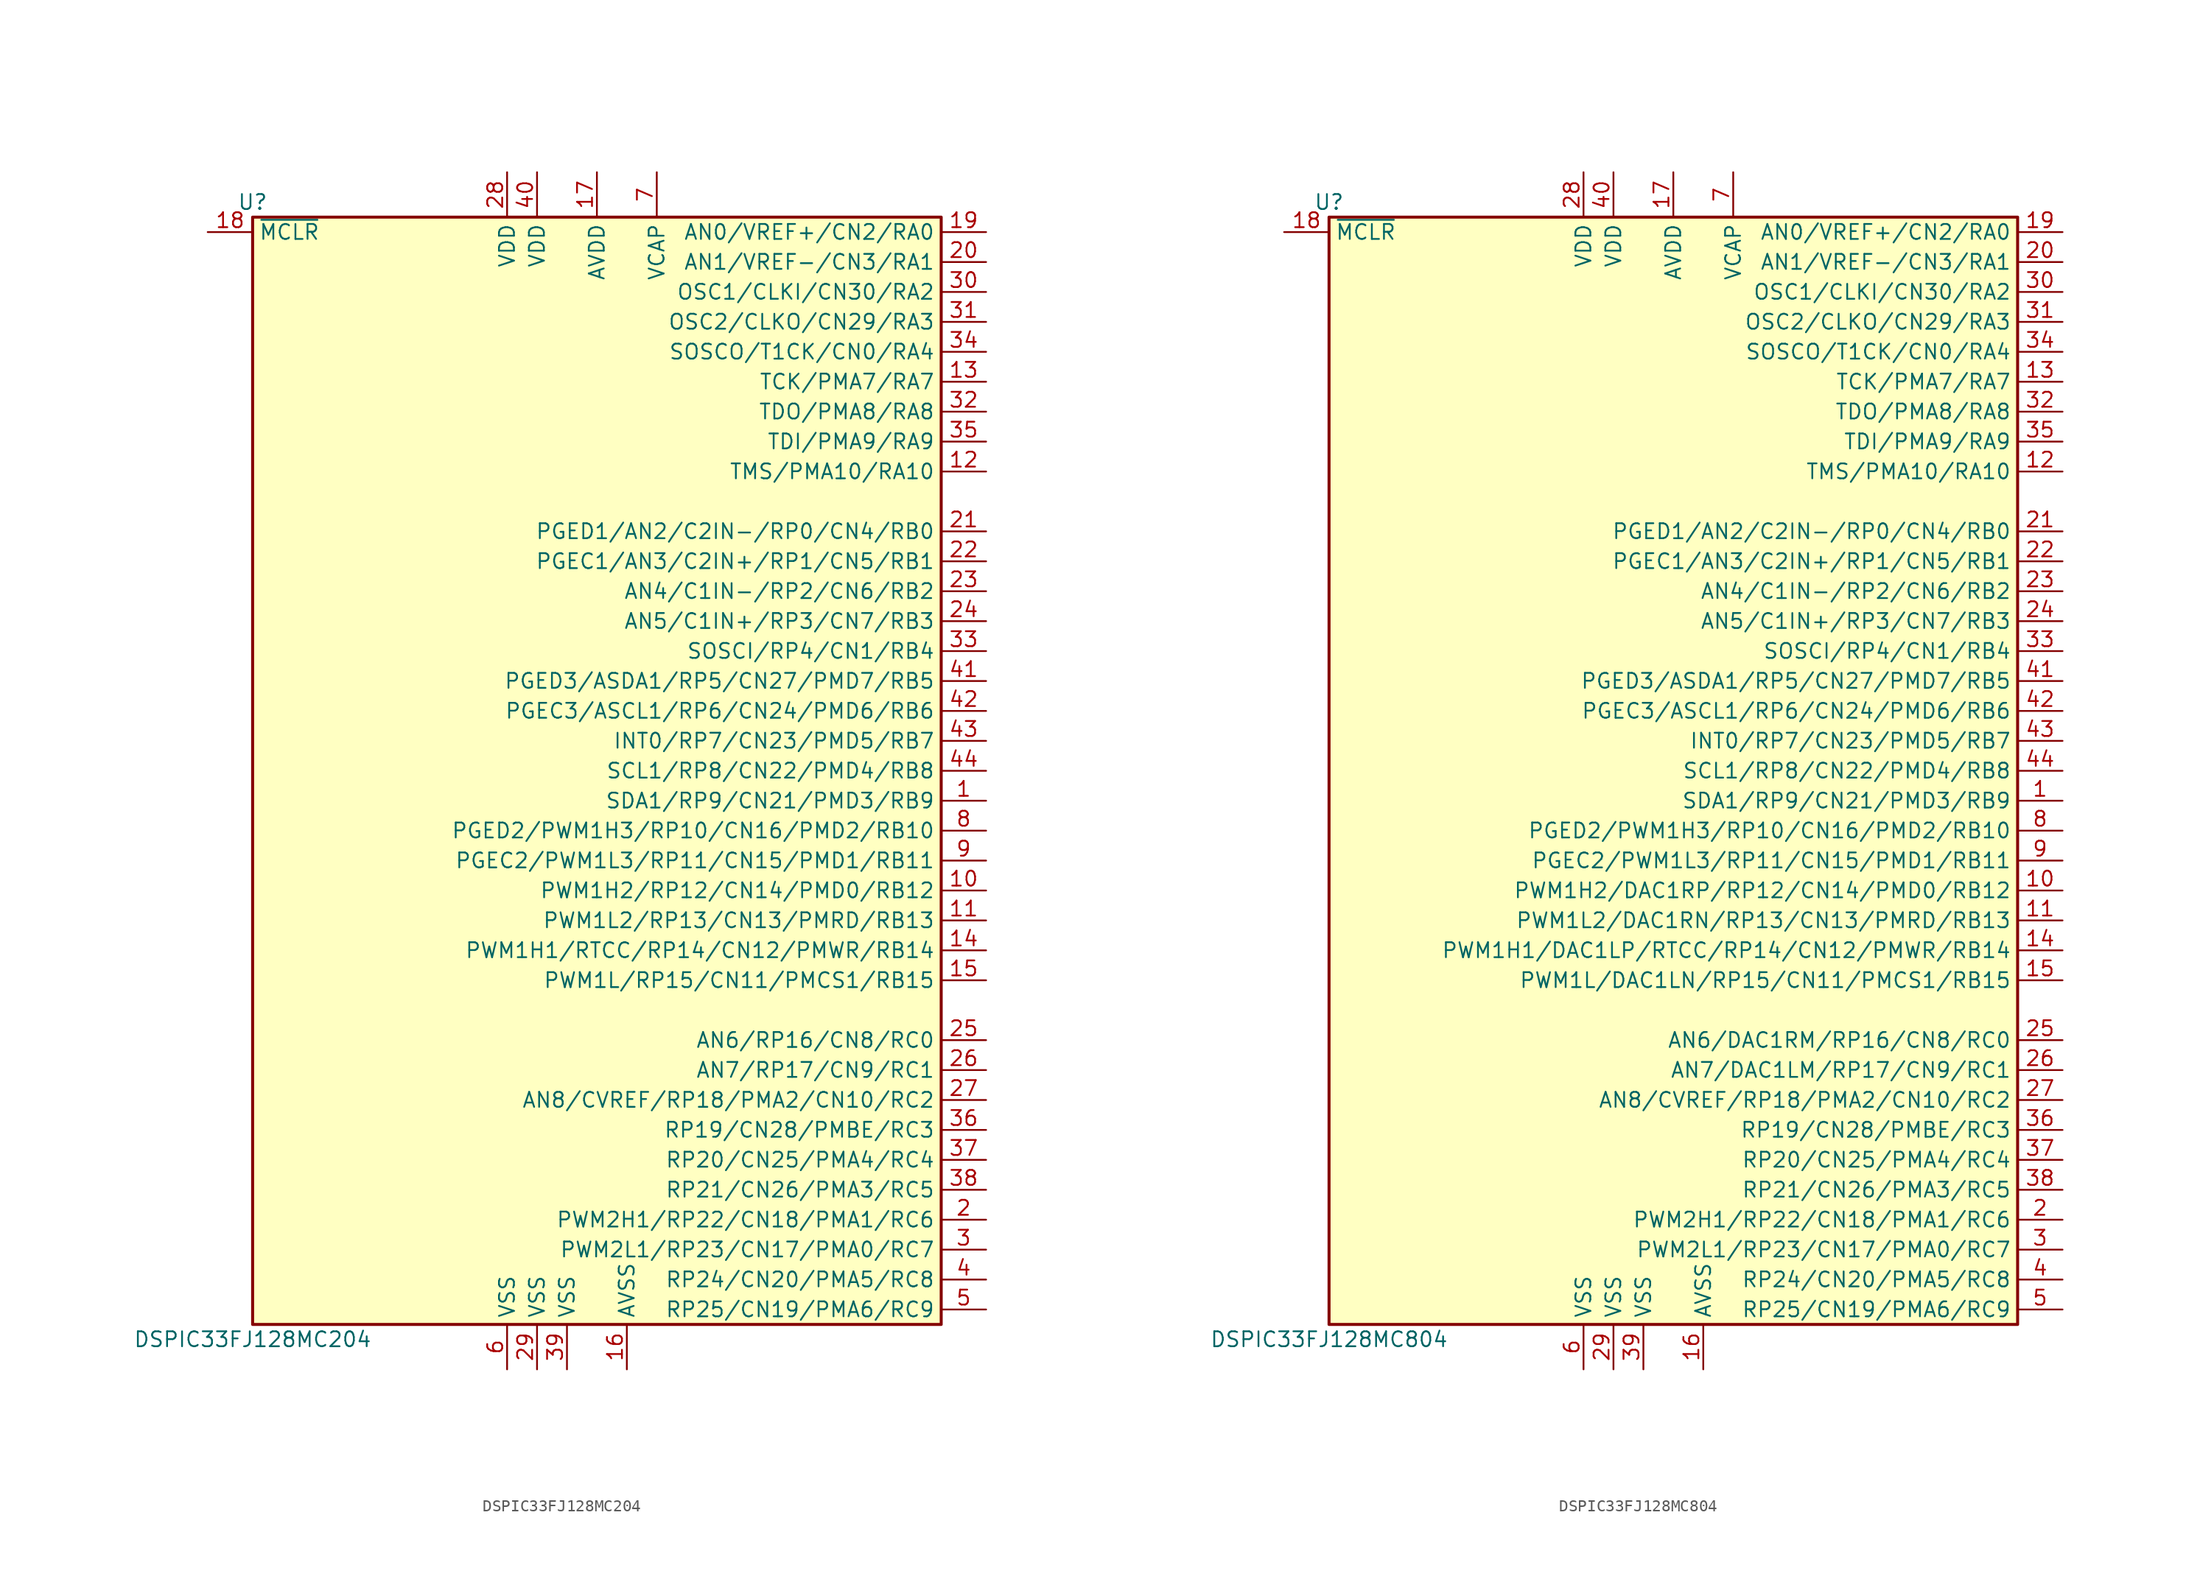
<source format=kicad_sym>
(kicad_symbol_lib
  (version 20201005)
  (generator kicad_symbol_editor)
  (symbol "DSPIC33FJ128MC204"
    (property "Reference" "U"
      (at -29.21 48.26 0)
      (effects (font (size 1.27 1.27))))
    (property "Value" "DSPIC33FJ128MC204"
      (at -29.21 -48.26 0)
      (effects (font (size 1.27 1.27))))
    (symbol "DSPIC33FJ128MC204_1_1"
      (rectangle (start -29.21 46.99) (end 29.21 -46.99) (stroke (width 0.254)) (fill (type background)))
      (pin bidirectional line (at 33.02 -2.54 180) (length 3.81) (name "SDA1/RP9/CN21/PMD3/RB9" (effects (font (size 1.27 1.27)))) (number "1" (effects (font (size 1.27 1.27)))))
      (pin bidirectional line (at 33.02 -10.16 180) (length 3.81) (name "PWM1H2/RP12/CN14/PMD0/RB12" (effects (font (size 1.27 1.27)))) (number "10" (effects (font (size 1.27 1.27)))))
      (pin bidirectional line (at 33.02 -12.7 180) (length 3.81) (name "PWM1L2/RP13/CN13/PMRD/RB13" (effects (font (size 1.27 1.27)))) (number "11" (effects (font (size 1.27 1.27)))))
      (pin bidirectional line (at 33.02 25.4 180) (length 3.81) (name "TMS/PMA10/RA10" (effects (font (size 1.27 1.27)))) (number "12" (effects (font (size 1.27 1.27)))))
      (pin bidirectional line (at 33.02 33.02 180) (length 3.81) (name "TCK/PMA7/RA7" (effects (font (size 1.27 1.27)))) (number "13" (effects (font (size 1.27 1.27)))))
      (pin bidirectional line (at 33.02 -15.24 180) (length 3.81) (name "PWM1H1/RTCC/RP14/CN12/PMWR/RB14" (effects (font (size 1.27 1.27)))) (number "14" (effects (font (size 1.27 1.27)))))
      (pin bidirectional line (at 33.02 -17.78 180) (length 3.81) (name "PWM1L/RP15/CN11/PMCS1/RB15" (effects (font (size 1.27 1.27)))) (number "15" (effects (font (size 1.27 1.27)))))
      (pin power_in line (at 2.54 -50.8 90) (length 3.81) (name "AVSS" (effects (font (size 1.27 1.27)))) (number "16" (effects (font (size 1.27 1.27)))))
      (pin power_in line (at 0 50.8 270) (length 3.81) (name "AVDD" (effects (font (size 1.27 1.27)))) (number "17" (effects (font (size 1.27 1.27)))))
      (pin input line (at -33.02 45.72 0) (length 3.81) (name "~MCLR" (effects (font (size 1.27 1.27)))) (number "18" (effects (font (size 1.27 1.27)))))
      (pin bidirectional line (at 33.02 45.72 180) (length 3.81) (name "AN0/VREF+/CN2/RA0" (effects (font (size 1.27 1.27)))) (number "19" (effects (font (size 1.27 1.27)))))
      (pin bidirectional line (at 33.02 -38.1 180) (length 3.81) (name "PWM2H1/RP22/CN18/PMA1/RC6" (effects (font (size 1.27 1.27)))) (number "2" (effects (font (size 1.27 1.27)))))
      (pin bidirectional line (at 33.02 43.18 180) (length 3.81) (name "AN1/VREF-/CN3/RA1" (effects (font (size 1.27 1.27)))) (number "20" (effects (font (size 1.27 1.27)))))
      (pin bidirectional line (at 33.02 20.32 180) (length 3.81) (name "PGED1/AN2/C2IN-/RP0/CN4/RB0" (effects (font (size 1.27 1.27)))) (number "21" (effects (font (size 1.27 1.27)))))
      (pin bidirectional line (at 33.02 17.78 180) (length 3.81) (name "PGEC1/AN3/C2IN+/RP1/CN5/RB1" (effects (font (size 1.27 1.27)))) (number "22" (effects (font (size 1.27 1.27)))))
      (pin bidirectional line (at 33.02 15.24 180) (length 3.81) (name "AN4/C1IN-/RP2/CN6/RB2" (effects (font (size 1.27 1.27)))) (number "23" (effects (font (size 1.27 1.27)))))
      (pin bidirectional line (at 33.02 12.7 180) (length 3.81) (name "AN5/C1IN+/RP3/CN7/RB3" (effects (font (size 1.27 1.27)))) (number "24" (effects (font (size 1.27 1.27)))))
      (pin bidirectional line (at 33.02 -22.86 180) (length 3.81) (name "AN6/RP16/CN8/RC0" (effects (font (size 1.27 1.27)))) (number "25" (effects (font (size 1.27 1.27)))))
      (pin bidirectional line (at 33.02 -25.4 180) (length 3.81) (name "AN7/RP17/CN9/RC1" (effects (font (size 1.27 1.27)))) (number "26" (effects (font (size 1.27 1.27)))))
      (pin bidirectional line (at 33.02 -27.94 180) (length 3.81) (name "AN8/CVREF/RP18/PMA2/CN10/RC2" (effects (font (size 1.27 1.27)))) (number "27" (effects (font (size 1.27 1.27)))))
      (pin power_in line (at -7.62 50.8 270) (length 3.81) (name "VDD" (effects (font (size 1.27 1.27)))) (number "28" (effects (font (size 1.27 1.27)))))
      (pin power_in line (at -5.08 -50.8 90) (length 3.81) (name "VSS" (effects (font (size 1.27 1.27)))) (number "29" (effects (font (size 1.27 1.27)))))
      (pin bidirectional line (at 33.02 -40.64 180) (length 3.81) (name "PWM2L1/RP23/CN17/PMA0/RC7" (effects (font (size 1.27 1.27)))) (number "3" (effects (font (size 1.27 1.27)))))
      (pin input line (at 33.02 40.64 180) (length 3.81) (name "OSC1/CLKI/CN30/RA2" (effects (font (size 1.27 1.27)))) (number "30" (effects (font (size 1.27 1.27)))))
      (pin input line (at 33.02 38.1 180) (length 3.81) (name "OSC2/CLKO/CN29/RA3" (effects (font (size 1.27 1.27)))) (number "31" (effects (font (size 1.27 1.27)))))
      (pin input line (at 33.02 30.48 180) (length 3.81) (name "TDO/PMA8/RA8" (effects (font (size 1.27 1.27)))) (number "32" (effects (font (size 1.27 1.27)))))
      (pin input line (at 33.02 10.16 180) (length 3.81) (name "SOSCI/RP4/CN1/RB4" (effects (font (size 1.27 1.27)))) (number "33" (effects (font (size 1.27 1.27)))))
      (pin input line (at 33.02 35.56 180) (length 3.81) (name "SOSCO/T1CK/CN0/RA4" (effects (font (size 1.27 1.27)))) (number "34" (effects (font (size 1.27 1.27)))))
      (pin input line (at 33.02 27.94 180) (length 3.81) (name "TDI/PMA9/RA9" (effects (font (size 1.27 1.27)))) (number "35" (effects (font (size 1.27 1.27)))))
      (pin input line (at 33.02 -30.48 180) (length 3.81) (name "RP19/CN28/PMBE/RC3" (effects (font (size 1.27 1.27)))) (number "36" (effects (font (size 1.27 1.27)))))
      (pin input line (at 33.02 -33.02 180) (length 3.81) (name "RP20/CN25/PMA4/RC4" (effects (font (size 1.27 1.27)))) (number "37" (effects (font (size 1.27 1.27)))))
      (pin input line (at 33.02 -35.56 180) (length 3.81) (name "RP21/CN26/PMA3/RC5" (effects (font (size 1.27 1.27)))) (number "38" (effects (font (size 1.27 1.27)))))
      (pin power_in line (at -2.54 -50.8 90) (length 3.81) (name "VSS" (effects (font (size 1.27 1.27)))) (number "39" (effects (font (size 1.27 1.27)))))
      (pin bidirectional line (at 33.02 -43.18 180) (length 3.81) (name "RP24/CN20/PMA5/RC8" (effects (font (size 1.27 1.27)))) (number "4" (effects (font (size 1.27 1.27)))))
      (pin power_in line (at -5.08 50.8 270) (length 3.81) (name "VDD" (effects (font (size 1.27 1.27)))) (number "40" (effects (font (size 1.27 1.27)))))
      (pin input line (at 33.02 7.62 180) (length 3.81) (name "PGED3/ASDA1/RP5/CN27/PMD7/RB5" (effects (font (size 1.27 1.27)))) (number "41" (effects (font (size 1.27 1.27)))))
      (pin input line (at 33.02 5.08 180) (length 3.81) (name "PGEC3/ASCL1/RP6/CN24/PMD6/RB6" (effects (font (size 1.27 1.27)))) (number "42" (effects (font (size 1.27 1.27)))))
      (pin input line (at 33.02 2.54 180) (length 3.81) (name "INT0/RP7/CN23/PMD5/RB7" (effects (font (size 1.27 1.27)))) (number "43" (effects (font (size 1.27 1.27)))))
      (pin input line (at 33.02 0 180) (length 3.81) (name "SCL1/RP8/CN22/PMD4/RB8" (effects (font (size 1.27 1.27)))) (number "44" (effects (font (size 1.27 1.27)))))
      (pin bidirectional line (at 33.02 -45.72 180) (length 3.81) (name "RP25/CN19/PMA6/RC9" (effects (font (size 1.27 1.27)))) (number "5" (effects (font (size 1.27 1.27)))))
      (pin power_in line (at -7.62 -50.8 90) (length 3.81) (name "VSS" (effects (font (size 1.27 1.27)))) (number "6" (effects (font (size 1.27 1.27)))))
      (pin power_in line (at 5.08 50.8 270) (length 3.81) (name "VCAP" (effects (font (size 1.27 1.27)))) (number "7" (effects (font (size 1.27 1.27)))))
      (pin bidirectional line (at 33.02 -5.08 180) (length 3.81) (name "PGED2/PWM1H3/RP10/CN16/PMD2/RB10" (effects (font (size 1.27 1.27)))) (number "8" (effects (font (size 1.27 1.27)))))
      (pin bidirectional line (at 33.02 -7.62 180) (length 3.81) (name "PGEC2/PWM1L3/RP11/CN15/PMD1/RB11" (effects (font (size 1.27 1.27)))) (number "9" (effects (font (size 1.27 1.27)))))))
  (symbol "DSPIC33FJ128MC804"
    (property "Reference" "U"
      (at -29.21 48.26 0)
      (effects (font (size 1.27 1.27))))
    (property "Value" "DSPIC33FJ128MC804"
      (at -29.21 -48.26 0)
      (effects (font (size 1.27 1.27))))
    (symbol "DSPIC33FJ128MC804_1_1"
      (rectangle (start -29.21 46.99) (end 29.21 -46.99) (stroke (width 0.254)) (fill (type background)))
      (pin bidirectional line (at 33.02 -2.54 180) (length 3.81) (name "SDA1/RP9/CN21/PMD3/RB9" (effects (font (size 1.27 1.27)))) (number "1" (effects (font (size 1.27 1.27)))))
      (pin bidirectional line (at 33.02 -10.16 180) (length 3.81) (name "PWM1H2/DAC1RP/RP12/CN14/PMD0/RB12" (effects (font (size 1.27 1.27)))) (number "10" (effects (font (size 1.27 1.27)))))
      (pin bidirectional line (at 33.02 -12.7 180) (length 3.81) (name "PWM1L2/DAC1RN/RP13/CN13/PMRD/RB13" (effects (font (size 1.27 1.27)))) (number "11" (effects (font (size 1.27 1.27)))))
      (pin bidirectional line (at 33.02 25.4 180) (length 3.81) (name "TMS/PMA10/RA10" (effects (font (size 1.27 1.27)))) (number "12" (effects (font (size 1.27 1.27)))))
      (pin bidirectional line (at 33.02 33.02 180) (length 3.81) (name "TCK/PMA7/RA7" (effects (font (size 1.27 1.27)))) (number "13" (effects (font (size 1.27 1.27)))))
      (pin bidirectional line (at 33.02 -15.24 180) (length 3.81) (name "PWM1H1/DAC1LP/RTCC/RP14/CN12/PMWR/RB14" (effects (font (size 1.27 1.27)))) (number "14" (effects (font (size 1.27 1.27)))))
      (pin bidirectional line (at 33.02 -17.78 180) (length 3.81) (name "PWM1L/DAC1LN/RP15/CN11/PMCS1/RB15" (effects (font (size 1.27 1.27)))) (number "15" (effects (font (size 1.27 1.27)))))
      (pin power_in line (at 2.54 -50.8 90) (length 3.81) (name "AVSS" (effects (font (size 1.27 1.27)))) (number "16" (effects (font (size 1.27 1.27)))))
      (pin power_in line (at 0 50.8 270) (length 3.81) (name "AVDD" (effects (font (size 1.27 1.27)))) (number "17" (effects (font (size 1.27 1.27)))))
      (pin input line (at -33.02 45.72 0) (length 3.81) (name "~MCLR" (effects (font (size 1.27 1.27)))) (number "18" (effects (font (size 1.27 1.27)))))
      (pin bidirectional line (at 33.02 45.72 180) (length 3.81) (name "AN0/VREF+/CN2/RA0" (effects (font (size 1.27 1.27)))) (number "19" (effects (font (size 1.27 1.27)))))
      (pin bidirectional line (at 33.02 -38.1 180) (length 3.81) (name "PWM2H1/RP22/CN18/PMA1/RC6" (effects (font (size 1.27 1.27)))) (number "2" (effects (font (size 1.27 1.27)))))
      (pin bidirectional line (at 33.02 43.18 180) (length 3.81) (name "AN1/VREF-/CN3/RA1" (effects (font (size 1.27 1.27)))) (number "20" (effects (font (size 1.27 1.27)))))
      (pin bidirectional line (at 33.02 20.32 180) (length 3.81) (name "PGED1/AN2/C2IN-/RP0/CN4/RB0" (effects (font (size 1.27 1.27)))) (number "21" (effects (font (size 1.27 1.27)))))
      (pin bidirectional line (at 33.02 17.78 180) (length 3.81) (name "PGEC1/AN3/C2IN+/RP1/CN5/RB1" (effects (font (size 1.27 1.27)))) (number "22" (effects (font (size 1.27 1.27)))))
      (pin bidirectional line (at 33.02 15.24 180) (length 3.81) (name "AN4/C1IN-/RP2/CN6/RB2" (effects (font (size 1.27 1.27)))) (number "23" (effects (font (size 1.27 1.27)))))
      (pin bidirectional line (at 33.02 12.7 180) (length 3.81) (name "AN5/C1IN+/RP3/CN7/RB3" (effects (font (size 1.27 1.27)))) (number "24" (effects (font (size 1.27 1.27)))))
      (pin bidirectional line (at 33.02 -22.86 180) (length 3.81) (name "AN6/DAC1RM/RP16/CN8/RC0" (effects (font (size 1.27 1.27)))) (number "25" (effects (font (size 1.27 1.27)))))
      (pin bidirectional line (at 33.02 -25.4 180) (length 3.81) (name "AN7/DAC1LM/RP17/CN9/RC1" (effects (font (size 1.27 1.27)))) (number "26" (effects (font (size 1.27 1.27)))))
      (pin bidirectional line (at 33.02 -27.94 180) (length 3.81) (name "AN8/CVREF/RP18/PMA2/CN10/RC2" (effects (font (size 1.27 1.27)))) (number "27" (effects (font (size 1.27 1.27)))))
      (pin power_in line (at -7.62 50.8 270) (length 3.81) (name "VDD" (effects (font (size 1.27 1.27)))) (number "28" (effects (font (size 1.27 1.27)))))
      (pin power_in line (at -5.08 -50.8 90) (length 3.81) (name "VSS" (effects (font (size 1.27 1.27)))) (number "29" (effects (font (size 1.27 1.27)))))
      (pin bidirectional line (at 33.02 -40.64 180) (length 3.81) (name "PWM2L1/RP23/CN17/PMA0/RC7" (effects (font (size 1.27 1.27)))) (number "3" (effects (font (size 1.27 1.27)))))
      (pin input line (at 33.02 40.64 180) (length 3.81) (name "OSC1/CLKI/CN30/RA2" (effects (font (size 1.27 1.27)))) (number "30" (effects (font (size 1.27 1.27)))))
      (pin input line (at 33.02 38.1 180) (length 3.81) (name "OSC2/CLKO/CN29/RA3" (effects (font (size 1.27 1.27)))) (number "31" (effects (font (size 1.27 1.27)))))
      (pin input line (at 33.02 30.48 180) (length 3.81) (name "TDO/PMA8/RA8" (effects (font (size 1.27 1.27)))) (number "32" (effects (font (size 1.27 1.27)))))
      (pin input line (at 33.02 10.16 180) (length 3.81) (name "SOSCI/RP4/CN1/RB4" (effects (font (size 1.27 1.27)))) (number "33" (effects (font (size 1.27 1.27)))))
      (pin input line (at 33.02 35.56 180) (length 3.81) (name "SOSCO/T1CK/CN0/RA4" (effects (font (size 1.27 1.27)))) (number "34" (effects (font (size 1.27 1.27)))))
      (pin input line (at 33.02 27.94 180) (length 3.81) (name "TDI/PMA9/RA9" (effects (font (size 1.27 1.27)))) (number "35" (effects (font (size 1.27 1.27)))))
      (pin input line (at 33.02 -30.48 180) (length 3.81) (name "RP19/CN28/PMBE/RC3" (effects (font (size 1.27 1.27)))) (number "36" (effects (font (size 1.27 1.27)))))
      (pin input line (at 33.02 -33.02 180) (length 3.81) (name "RP20/CN25/PMA4/RC4" (effects (font (size 1.27 1.27)))) (number "37" (effects (font (size 1.27 1.27)))))
      (pin input line (at 33.02 -35.56 180) (length 3.81) (name "RP21/CN26/PMA3/RC5" (effects (font (size 1.27 1.27)))) (number "38" (effects (font (size 1.27 1.27)))))
      (pin power_in line (at -2.54 -50.8 90) (length 3.81) (name "VSS" (effects (font (size 1.27 1.27)))) (number "39" (effects (font (size 1.27 1.27)))))
      (pin bidirectional line (at 33.02 -43.18 180) (length 3.81) (name "RP24/CN20/PMA5/RC8" (effects (font (size 1.27 1.27)))) (number "4" (effects (font (size 1.27 1.27)))))
      (pin power_in line (at -5.08 50.8 270) (length 3.81) (name "VDD" (effects (font (size 1.27 1.27)))) (number "40" (effects (font (size 1.27 1.27)))))
      (pin input line (at 33.02 7.62 180) (length 3.81) (name "PGED3/ASDA1/RP5/CN27/PMD7/RB5" (effects (font (size 1.27 1.27)))) (number "41" (effects (font (size 1.27 1.27)))))
      (pin input line (at 33.02 5.08 180) (length 3.81) (name "PGEC3/ASCL1/RP6/CN24/PMD6/RB6" (effects (font (size 1.27 1.27)))) (number "42" (effects (font (size 1.27 1.27)))))
      (pin input line (at 33.02 2.54 180) (length 3.81) (name "INT0/RP7/CN23/PMD5/RB7" (effects (font (size 1.27 1.27)))) (number "43" (effects (font (size 1.27 1.27)))))
      (pin input line (at 33.02 0 180) (length 3.81) (name "SCL1/RP8/CN22/PMD4/RB8" (effects (font (size 1.27 1.27)))) (number "44" (effects (font (size 1.27 1.27)))))
      (pin bidirectional line (at 33.02 -45.72 180) (length 3.81) (name "RP25/CN19/PMA6/RC9" (effects (font (size 1.27 1.27)))) (number "5" (effects (font (size 1.27 1.27)))))
      (pin power_in line (at -7.62 -50.8 90) (length 3.81) (name "VSS" (effects (font (size 1.27 1.27)))) (number "6" (effects (font (size 1.27 1.27)))))
      (pin power_in line (at 5.08 50.8 270) (length 3.81) (name "VCAP" (effects (font (size 1.27 1.27)))) (number "7" (effects (font (size 1.27 1.27)))))
      (pin bidirectional line (at 33.02 -5.08 180) (length 3.81) (name "PGED2/PWM1H3/RP10/CN16/PMD2/RB10" (effects (font (size 1.27 1.27)))) (number "8" (effects (font (size 1.27 1.27)))))
      (pin bidirectional line (at 33.02 -7.62 180) (length 3.81) (name "PGEC2/PWM1L3/RP11/CN15/PMD1/RB11" (effects (font (size 1.27 1.27)))) (number "9" (effects (font (size 1.27 1.27))))))))
</source>
